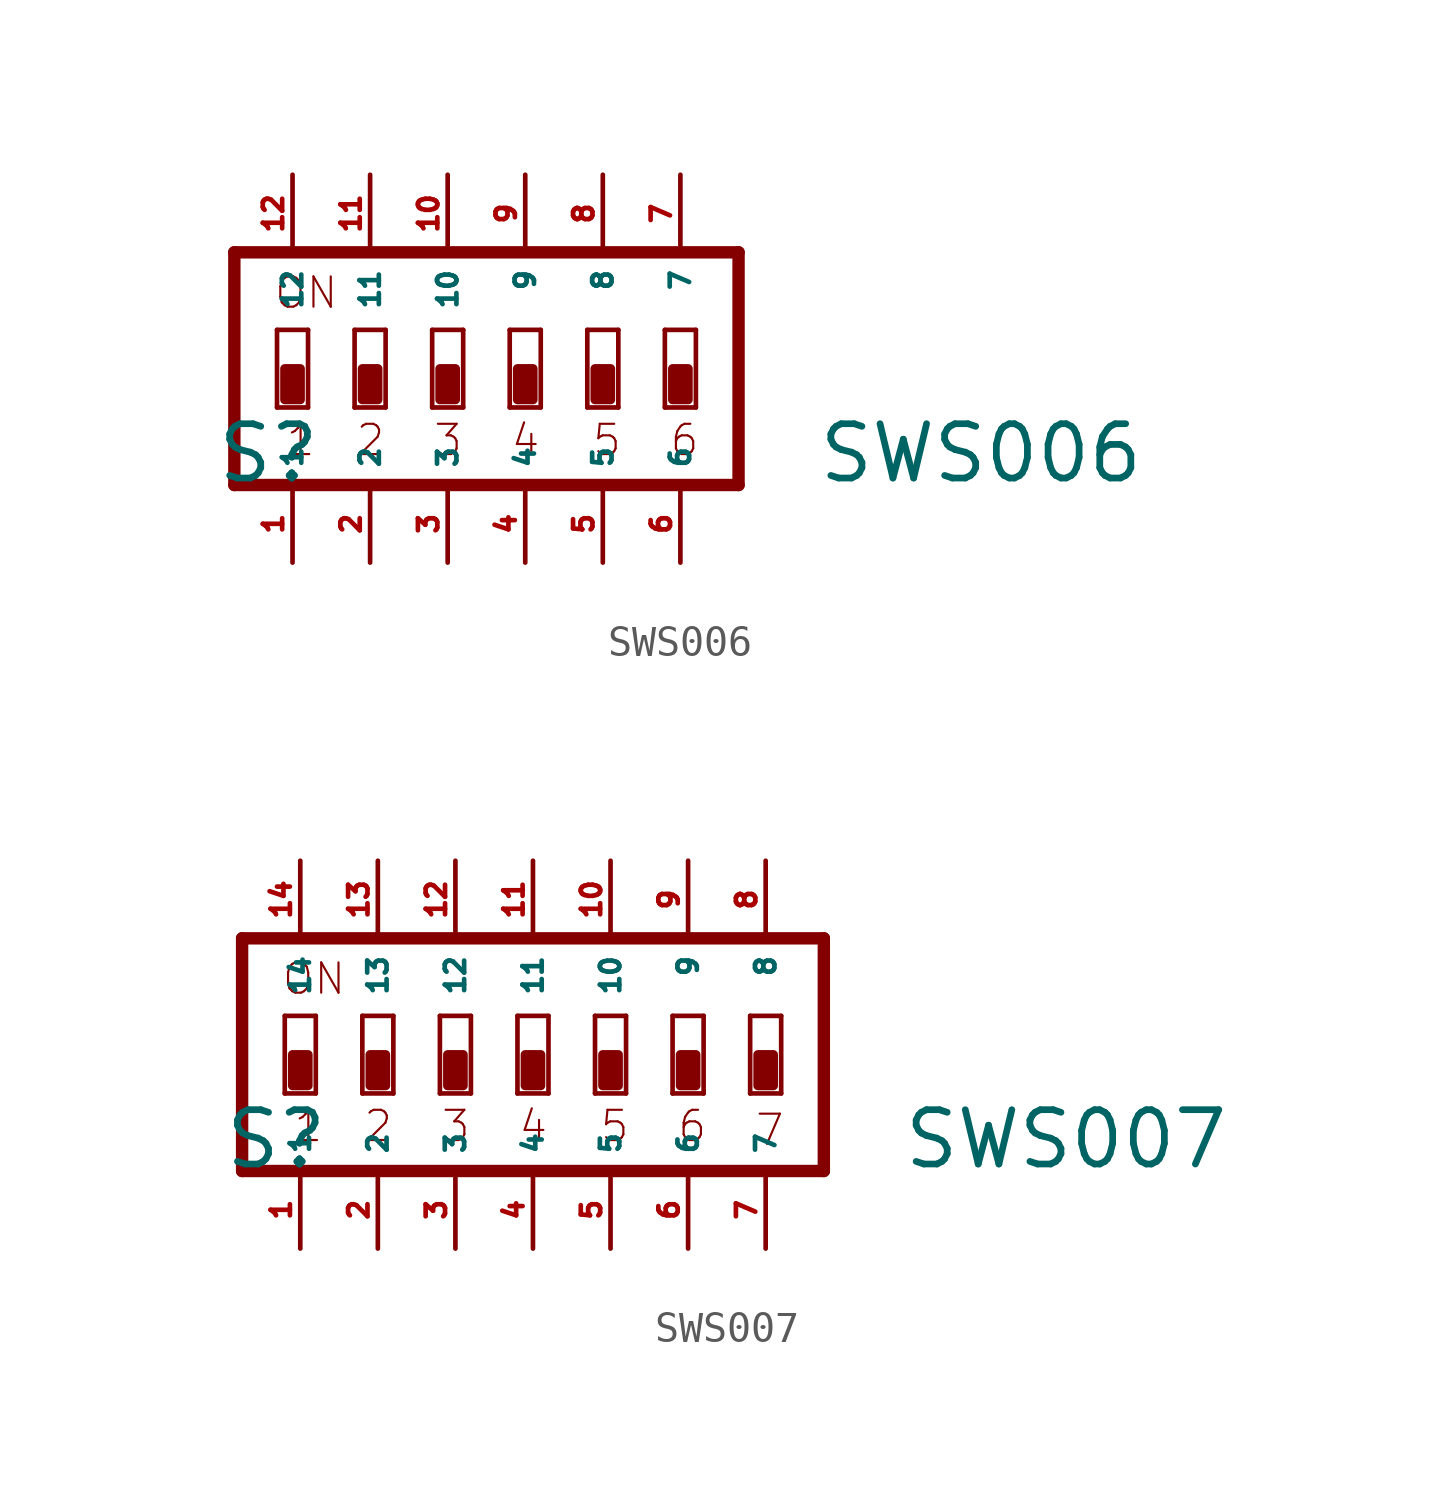
<source format=kicad_sym>
(kicad_symbol_lib
  (version 20220914)
  (generator Eagle2Kicad)
  (symbol "SWS006"
    (property "Reference" "S"
      (at -7.62 -2.54 0)
      (effects (font (size 1.778 1.778) (thickness 0.22)) (justify left bottom)))
    (property "Value" "SWS006"
      (at 12.065 -2.54 0)
      (effects (font (size 1.778 1.778) (thickness 0.22)) (justify left bottom)))
    (polyline
      (pts (xy 8.128 0) (xy 7.112 0))
      (stroke (width 0.152) (type default))
      (fill (type none)))
    (polyline
      (pts (xy 7.112 2.54) (xy 8.128 2.54))
      (stroke (width 0.152) (type default))
      (fill (type none)))
    (polyline
      (pts (xy 8.128 2.54) (xy 8.128 0))
      (stroke (width 0.152) (type default))
      (fill (type none)))
    (polyline
      (pts (xy 7.112 0) (xy 7.112 2.54))
      (stroke (width 0.152) (type default))
      (fill (type none)))
    (polyline
      (pts (xy 5.588 0) (xy 4.572 0))
      (stroke (width 0.152) (type default))
      (fill (type none)))
    (polyline
      (pts (xy 4.572 2.54) (xy 5.588 2.54))
      (stroke (width 0.152) (type default))
      (fill (type none)))
    (polyline
      (pts (xy 5.588 2.54) (xy 5.588 0))
      (stroke (width 0.152) (type default))
      (fill (type none)))
    (polyline
      (pts (xy 4.572 0) (xy 4.572 2.54))
      (stroke (width 0.152) (type default))
      (fill (type none)))
    (polyline
      (pts (xy 3.048 0) (xy 2.032 0))
      (stroke (width 0.152) (type default))
      (fill (type none)))
    (polyline
      (pts (xy 2.032 2.54) (xy 3.048 2.54))
      (stroke (width 0.152) (type default))
      (fill (type none)))
    (polyline
      (pts (xy 3.048 2.54) (xy 3.048 0))
      (stroke (width 0.152) (type default))
      (fill (type none)))
    (polyline
      (pts (xy 2.032 0) (xy 2.032 2.54))
      (stroke (width 0.152) (type default))
      (fill (type none)))
    (polyline
      (pts (xy 0.508 0) (xy -0.508 0))
      (stroke (width 0.152) (type default))
      (fill (type none)))
    (polyline
      (pts (xy -0.508 2.54) (xy 0.508 2.54))
      (stroke (width 0.152) (type default))
      (fill (type none)))
    (polyline
      (pts (xy 0.508 2.54) (xy 0.508 0))
      (stroke (width 0.152) (type default))
      (fill (type none)))
    (polyline
      (pts (xy -0.508 0) (xy -0.508 2.54))
      (stroke (width 0.152) (type default))
      (fill (type none)))
    (polyline
      (pts (xy -2.032 0) (xy -3.048 0))
      (stroke (width 0.152) (type default))
      (fill (type none)))
    (polyline
      (pts (xy -3.048 2.54) (xy -2.032 2.54))
      (stroke (width 0.152) (type default))
      (fill (type none)))
    (polyline
      (pts (xy -2.032 2.54) (xy -2.032 0))
      (stroke (width 0.152) (type default))
      (fill (type none)))
    (polyline
      (pts (xy -3.048 0) (xy -3.048 2.54))
      (stroke (width 0.152) (type default))
      (fill (type none)))
    (polyline
      (pts (xy -4.572 0) (xy -5.588 0))
      (stroke (width 0.152) (type default))
      (fill (type none)))
    (polyline
      (pts (xy -5.588 2.54) (xy -4.572 2.54))
      (stroke (width 0.152) (type default))
      (fill (type none)))
    (polyline
      (pts (xy -4.572 2.54) (xy -4.572 0))
      (stroke (width 0.152) (type default))
      (fill (type none)))
    (polyline
      (pts (xy -5.588 0) (xy -5.588 2.54))
      (stroke (width 0.152) (type default))
      (fill (type none)))
    (polyline
      (pts (xy 9.525 5.08) (xy -6.985 5.08))
      (stroke (width 0.406) (type default))
      (fill (type none)))
    (polyline
      (pts (xy -6.985 5.08) (xy -6.985 -2.54))
      (stroke (width 0.406) (type default))
      (fill (type none)))
    (polyline
      (pts (xy -6.985 -2.54) (xy 9.525 -2.54))
      (stroke (width 0.406) (type default))
      (fill (type none)))
    (polyline
      (pts (xy 9.525 -2.54) (xy 9.525 5.08))
      (stroke (width 0.406) (type default))
      (fill (type none)))
    (text "ON"
      (at -5.715 3.175 0)
      (effects (font (size 0.991 0.991) (thickness 0.07)) (justify left bottom)))
    (text "1"
      (at -5.334 -1.651 0)
      (effects (font (size 0.991 0.991) (thickness 0.07)) (justify left bottom)))
    (text "2"
      (at -3.048 -1.651 0)
      (effects (font (size 0.991 0.991) (thickness 0.07)) (justify left bottom)))
    (text "3"
      (at -0.508 -1.651 0)
      (effects (font (size 0.991 0.991) (thickness 0.07)) (justify left bottom)))
    (text "4"
      (at 2.032 -1.651 0)
      (effects (font (size 0.991 0.991) (thickness 0.07)) (justify left bottom)))
    (text "5"
      (at 4.699 -1.651 0)
      (effects (font (size 0.991 0.991) (thickness 0.07)) (justify left bottom)))
    (text "6"
      (at 7.239 -1.651 0)
      (effects (font (size 0.991 0.991) (thickness 0.07)) (justify left bottom)))
    (rectangle
      (start -5.334 0.254)
      (end -4.826 1.27)
      (stroke (width 0.3) (type default))
      (fill (type outline)))
    (rectangle
      (start -2.794 0.254)
      (end -2.286 1.27)
      (stroke (width 0.3) (type default))
      (fill (type outline)))
    (rectangle
      (start -0.254 0.254)
      (end 0.254 1.27)
      (stroke (width 0.3) (type default))
      (fill (type outline)))
    (rectangle
      (start 2.286 0.254)
      (end 2.794 1.27)
      (stroke (width 0.3) (type default))
      (fill (type outline)))
    (rectangle
      (start 4.826 0.254)
      (end 5.334 1.27)
      (stroke (width 0.3) (type default))
      (fill (type outline)))
    (rectangle
      (start 7.366 0.254)
      (end 7.874 1.27)
      (stroke (width 0.3) (type default))
      (fill (type outline)))
    (pin passive line
      (at 7.62 7.62 270)
      (length 2.54)
      (name "7" (effects (font (size 0.635 0.635) (thickness 0.08)) (justify left bottom)))
      (number "7" (effects (font (size 0.635 0.635) (thickness 0.08)) (justify left bottom))))
    (pin passive line
      (at 5.08 7.62 270)
      (length 2.54)
      (name "8" (effects (font (size 0.635 0.635) (thickness 0.08)) (justify left bottom)))
      (number "8" (effects (font (size 0.635 0.635) (thickness 0.08)) (justify left bottom))))
    (pin passive line
      (at 2.54 7.62 270)
      (length 2.54)
      (name "9" (effects (font (size 0.635 0.635) (thickness 0.08)) (justify left bottom)))
      (number "9" (effects (font (size 0.635 0.635) (thickness 0.08)) (justify left bottom))))
    (pin passive line
      (at 0 7.62 270)
      (length 2.54)
      (name "10" (effects (font (size 0.635 0.635) (thickness 0.08)) (justify left bottom)))
      (number "10" (effects (font (size 0.635 0.635) (thickness 0.08)) (justify left bottom))))
    (pin passive line
      (at -2.54 7.62 270)
      (length 2.54)
      (name "11" (effects (font (size 0.635 0.635) (thickness 0.08)) (justify left bottom)))
      (number "11" (effects (font (size 0.635 0.635) (thickness 0.08)) (justify left bottom))))
    (pin passive line
      (at -5.08 7.62 270)
      (length 2.54)
      (name "12" (effects (font (size 0.635 0.635) (thickness 0.08)) (justify left bottom)))
      (number "12" (effects (font (size 0.635 0.635) (thickness 0.08)) (justify left bottom))))
    (pin passive line
      (at -5.08 -5.08 90)
      (length 2.54)
      (name "1" (effects (font (size 0.635 0.635) (thickness 0.08)) (justify left bottom)))
      (number "1" (effects (font (size 0.635 0.635) (thickness 0.08)) (justify left bottom))))
    (pin passive line
      (at -2.54 -5.08 90)
      (length 2.54)
      (name "2" (effects (font (size 0.635 0.635) (thickness 0.08)) (justify left bottom)))
      (number "2" (effects (font (size 0.635 0.635) (thickness 0.08)) (justify left bottom))))
    (pin passive line
      (at 0 -5.08 90)
      (length 2.54)
      (name "3" (effects (font (size 0.635 0.635) (thickness 0.08)) (justify left bottom)))
      (number "3" (effects (font (size 0.635 0.635) (thickness 0.08)) (justify left bottom))))
    (pin passive line
      (at 2.54 -5.08 90)
      (length 2.54)
      (name "4" (effects (font (size 0.635 0.635) (thickness 0.08)) (justify left bottom)))
      (number "4" (effects (font (size 0.635 0.635) (thickness 0.08)) (justify left bottom))))
    (pin passive line
      (at 5.08 -5.08 90)
      (length 2.54)
      (name "5" (effects (font (size 0.635 0.635) (thickness 0.08)) (justify left bottom)))
      (number "5" (effects (font (size 0.635 0.635) (thickness 0.08)) (justify left bottom))))
    (pin passive line
      (at 7.62 -5.08 90)
      (length 2.54)
      (name "6" (effects (font (size 0.635 0.635) (thickness 0.08)) (justify left bottom)))
      (number "6" (effects (font (size 0.635 0.635) (thickness 0.08)) (justify left bottom)))))
  (symbol "SWS007"
    (property "Reference" "S"
      (at -10.16 -2.54 0)
      (effects (font (size 1.778 1.778) (thickness 0.22)) (justify left bottom)))
    (property "Value" "SWS007"
      (at 12.065 -2.54 0)
      (effects (font (size 1.778 1.778) (thickness 0.22)) (justify left bottom)))
    (polyline
      (pts (xy 8.128 0) (xy 7.112 0))
      (stroke (width 0.152) (type default))
      (fill (type none)))
    (polyline
      (pts (xy 7.112 2.54) (xy 8.128 2.54))
      (stroke (width 0.152) (type default))
      (fill (type none)))
    (polyline
      (pts (xy 8.128 2.54) (xy 8.128 0))
      (stroke (width 0.152) (type default))
      (fill (type none)))
    (polyline
      (pts (xy 7.112 0) (xy 7.112 2.54))
      (stroke (width 0.152) (type default))
      (fill (type none)))
    (polyline
      (pts (xy 5.588 0) (xy 4.572 0))
      (stroke (width 0.152) (type default))
      (fill (type none)))
    (polyline
      (pts (xy 4.572 2.54) (xy 5.588 2.54))
      (stroke (width 0.152) (type default))
      (fill (type none)))
    (polyline
      (pts (xy 5.588 2.54) (xy 5.588 0))
      (stroke (width 0.152) (type default))
      (fill (type none)))
    (polyline
      (pts (xy 4.572 0) (xy 4.572 2.54))
      (stroke (width 0.152) (type default))
      (fill (type none)))
    (polyline
      (pts (xy 3.048 0) (xy 2.032 0))
      (stroke (width 0.152) (type default))
      (fill (type none)))
    (polyline
      (pts (xy 2.032 2.54) (xy 3.048 2.54))
      (stroke (width 0.152) (type default))
      (fill (type none)))
    (polyline
      (pts (xy 3.048 2.54) (xy 3.048 0))
      (stroke (width 0.152) (type default))
      (fill (type none)))
    (polyline
      (pts (xy 2.032 0) (xy 2.032 2.54))
      (stroke (width 0.152) (type default))
      (fill (type none)))
    (polyline
      (pts (xy 0.508 0) (xy -0.508 0))
      (stroke (width 0.152) (type default))
      (fill (type none)))
    (polyline
      (pts (xy -0.508 2.54) (xy 0.508 2.54))
      (stroke (width 0.152) (type default))
      (fill (type none)))
    (polyline
      (pts (xy 0.508 2.54) (xy 0.508 0))
      (stroke (width 0.152) (type default))
      (fill (type none)))
    (polyline
      (pts (xy -0.508 0) (xy -0.508 2.54))
      (stroke (width 0.152) (type default))
      (fill (type none)))
    (polyline
      (pts (xy -2.032 0) (xy -3.048 0))
      (stroke (width 0.152) (type default))
      (fill (type none)))
    (polyline
      (pts (xy -3.048 2.54) (xy -2.032 2.54))
      (stroke (width 0.152) (type default))
      (fill (type none)))
    (polyline
      (pts (xy -2.032 2.54) (xy -2.032 0))
      (stroke (width 0.152) (type default))
      (fill (type none)))
    (polyline
      (pts (xy -3.048 0) (xy -3.048 2.54))
      (stroke (width 0.152) (type default))
      (fill (type none)))
    (polyline
      (pts (xy -4.572 0) (xy -5.588 0))
      (stroke (width 0.152) (type default))
      (fill (type none)))
    (polyline
      (pts (xy -5.588 2.54) (xy -4.572 2.54))
      (stroke (width 0.152) (type default))
      (fill (type none)))
    (polyline
      (pts (xy -4.572 2.54) (xy -4.572 0))
      (stroke (width 0.152) (type default))
      (fill (type none)))
    (polyline
      (pts (xy -5.588 0) (xy -5.588 2.54))
      (stroke (width 0.152) (type default))
      (fill (type none)))
    (polyline
      (pts (xy -7.112 0) (xy -8.128 0))
      (stroke (width 0.152) (type default))
      (fill (type none)))
    (polyline
      (pts (xy -8.128 2.54) (xy -7.112 2.54))
      (stroke (width 0.152) (type default))
      (fill (type none)))
    (polyline
      (pts (xy -7.112 2.54) (xy -7.112 0))
      (stroke (width 0.152) (type default))
      (fill (type none)))
    (polyline
      (pts (xy -8.128 0) (xy -8.128 2.54))
      (stroke (width 0.152) (type default))
      (fill (type none)))
    (polyline
      (pts (xy 9.525 5.08) (xy -9.525 5.08))
      (stroke (width 0.406) (type default))
      (fill (type none)))
    (polyline
      (pts (xy -9.525 5.08) (xy -9.525 -2.54))
      (stroke (width 0.406) (type default))
      (fill (type none)))
    (polyline
      (pts (xy -9.525 -2.54) (xy 9.525 -2.54))
      (stroke (width 0.406) (type default))
      (fill (type none)))
    (polyline
      (pts (xy 9.525 -2.54) (xy 9.525 5.08))
      (stroke (width 0.406) (type default))
      (fill (type none)))
    (text "ON"
      (at -8.255 3.175 0)
      (effects (font (size 0.991 0.991) (thickness 0.07)) (justify left bottom)))
    (text "1"
      (at -7.874 -1.651 0)
      (effects (font (size 0.991 0.991) (thickness 0.07)) (justify left bottom)))
    (text "2"
      (at -5.588 -1.651 0)
      (effects (font (size 0.991 0.991) (thickness 0.07)) (justify left bottom)))
    (text "3"
      (at -3.048 -1.651 0)
      (effects (font (size 0.991 0.991) (thickness 0.07)) (justify left bottom)))
    (text "4"
      (at -0.508 -1.651 0)
      (effects (font (size 0.991 0.991) (thickness 0.07)) (justify left bottom)))
    (text "5"
      (at 2.159 -1.651 0)
      (effects (font (size 0.991 0.991) (thickness 0.07)) (justify left bottom)))
    (text "6"
      (at 4.699 -1.651 0)
      (effects (font (size 0.991 0.991) (thickness 0.07)) (justify left bottom)))
    (text "7"
      (at 7.239 -1.778 0)
      (effects (font (size 0.991 0.991) (thickness 0.07)) (justify left bottom)))
    (rectangle
      (start -7.874 0.254)
      (end -7.366 1.27)
      (stroke (width 0.3) (type default))
      (fill (type outline)))
    (rectangle
      (start -5.334 0.254)
      (end -4.826 1.27)
      (stroke (width 0.3) (type default))
      (fill (type outline)))
    (rectangle
      (start -2.794 0.254)
      (end -2.286 1.27)
      (stroke (width 0.3) (type default))
      (fill (type outline)))
    (rectangle
      (start -0.254 0.254)
      (end 0.254 1.27)
      (stroke (width 0.3) (type default))
      (fill (type outline)))
    (rectangle
      (start 2.286 0.254)
      (end 2.794 1.27)
      (stroke (width 0.3) (type default))
      (fill (type outline)))
    (rectangle
      (start 4.826 0.254)
      (end 5.334 1.27)
      (stroke (width 0.3) (type default))
      (fill (type outline)))
    (rectangle
      (start 7.366 0.254)
      (end 7.874 1.27)
      (stroke (width 0.3) (type default))
      (fill (type outline)))
    (pin passive line
      (at 7.62 7.62 270)
      (length 2.54)
      (name "8" (effects (font (size 0.635 0.635) (thickness 0.08)) (justify left bottom)))
      (number "8" (effects (font (size 0.635 0.635) (thickness 0.08)) (justify left bottom))))
    (pin passive line
      (at 5.08 7.62 270)
      (length 2.54)
      (name "9" (effects (font (size 0.635 0.635) (thickness 0.08)) (justify left bottom)))
      (number "9" (effects (font (size 0.635 0.635) (thickness 0.08)) (justify left bottom))))
    (pin passive line
      (at 2.54 7.62 270)
      (length 2.54)
      (name "10" (effects (font (size 0.635 0.635) (thickness 0.08)) (justify left bottom)))
      (number "10" (effects (font (size 0.635 0.635) (thickness 0.08)) (justify left bottom))))
    (pin passive line
      (at 0 7.62 270)
      (length 2.54)
      (name "11" (effects (font (size 0.635 0.635) (thickness 0.08)) (justify left bottom)))
      (number "11" (effects (font (size 0.635 0.635) (thickness 0.08)) (justify left bottom))))
    (pin passive line
      (at -2.54 7.62 270)
      (length 2.54)
      (name "12" (effects (font (size 0.635 0.635) (thickness 0.08)) (justify left bottom)))
      (number "12" (effects (font (size 0.635 0.635) (thickness 0.08)) (justify left bottom))))
    (pin passive line
      (at -5.08 7.62 270)
      (length 2.54)
      (name "13" (effects (font (size 0.635 0.635) (thickness 0.08)) (justify left bottom)))
      (number "13" (effects (font (size 0.635 0.635) (thickness 0.08)) (justify left bottom))))
    (pin passive line
      (at -7.62 7.62 270)
      (length 2.54)
      (name "14" (effects (font (size 0.635 0.635) (thickness 0.08)) (justify left bottom)))
      (number "14" (effects (font (size 0.635 0.635) (thickness 0.08)) (justify left bottom))))
    (pin passive line
      (at -7.62 -5.08 90)
      (length 2.54)
      (name "1" (effects (font (size 0.635 0.635) (thickness 0.08)) (justify left bottom)))
      (number "1" (effects (font (size 0.635 0.635) (thickness 0.08)) (justify left bottom))))
    (pin passive line
      (at -5.08 -5.08 90)
      (length 2.54)
      (name "2" (effects (font (size 0.635 0.635) (thickness 0.08)) (justify left bottom)))
      (number "2" (effects (font (size 0.635 0.635) (thickness 0.08)) (justify left bottom))))
    (pin passive line
      (at -2.54 -5.08 90)
      (length 2.54)
      (name "3" (effects (font (size 0.635 0.635) (thickness 0.08)) (justify left bottom)))
      (number "3" (effects (font (size 0.635 0.635) (thickness 0.08)) (justify left bottom))))
    (pin passive line
      (at 0 -5.08 90)
      (length 2.54)
      (name "4" (effects (font (size 0.635 0.635) (thickness 0.08)) (justify left bottom)))
      (number "4" (effects (font (size 0.635 0.635) (thickness 0.08)) (justify left bottom))))
    (pin passive line
      (at 2.54 -5.08 90)
      (length 2.54)
      (name "5" (effects (font (size 0.635 0.635) (thickness 0.08)) (justify left bottom)))
      (number "5" (effects (font (size 0.635 0.635) (thickness 0.08)) (justify left bottom))))
    (pin passive line
      (at 5.08 -5.08 90)
      (length 2.54)
      (name "6" (effects (font (size 0.635 0.635) (thickness 0.08)) (justify left bottom)))
      (number "6" (effects (font (size 0.635 0.635) (thickness 0.08)) (justify left bottom))))
    (pin passive line
      (at 7.62 -5.08 90)
      (length 2.54)
      (name "7" (effects (font (size 0.635 0.635) (thickness 0.08)) (justify left bottom)))
      (number "7" (effects (font (size 0.635 0.635) (thickness 0.08)) (justify left bottom))))))
</source>
